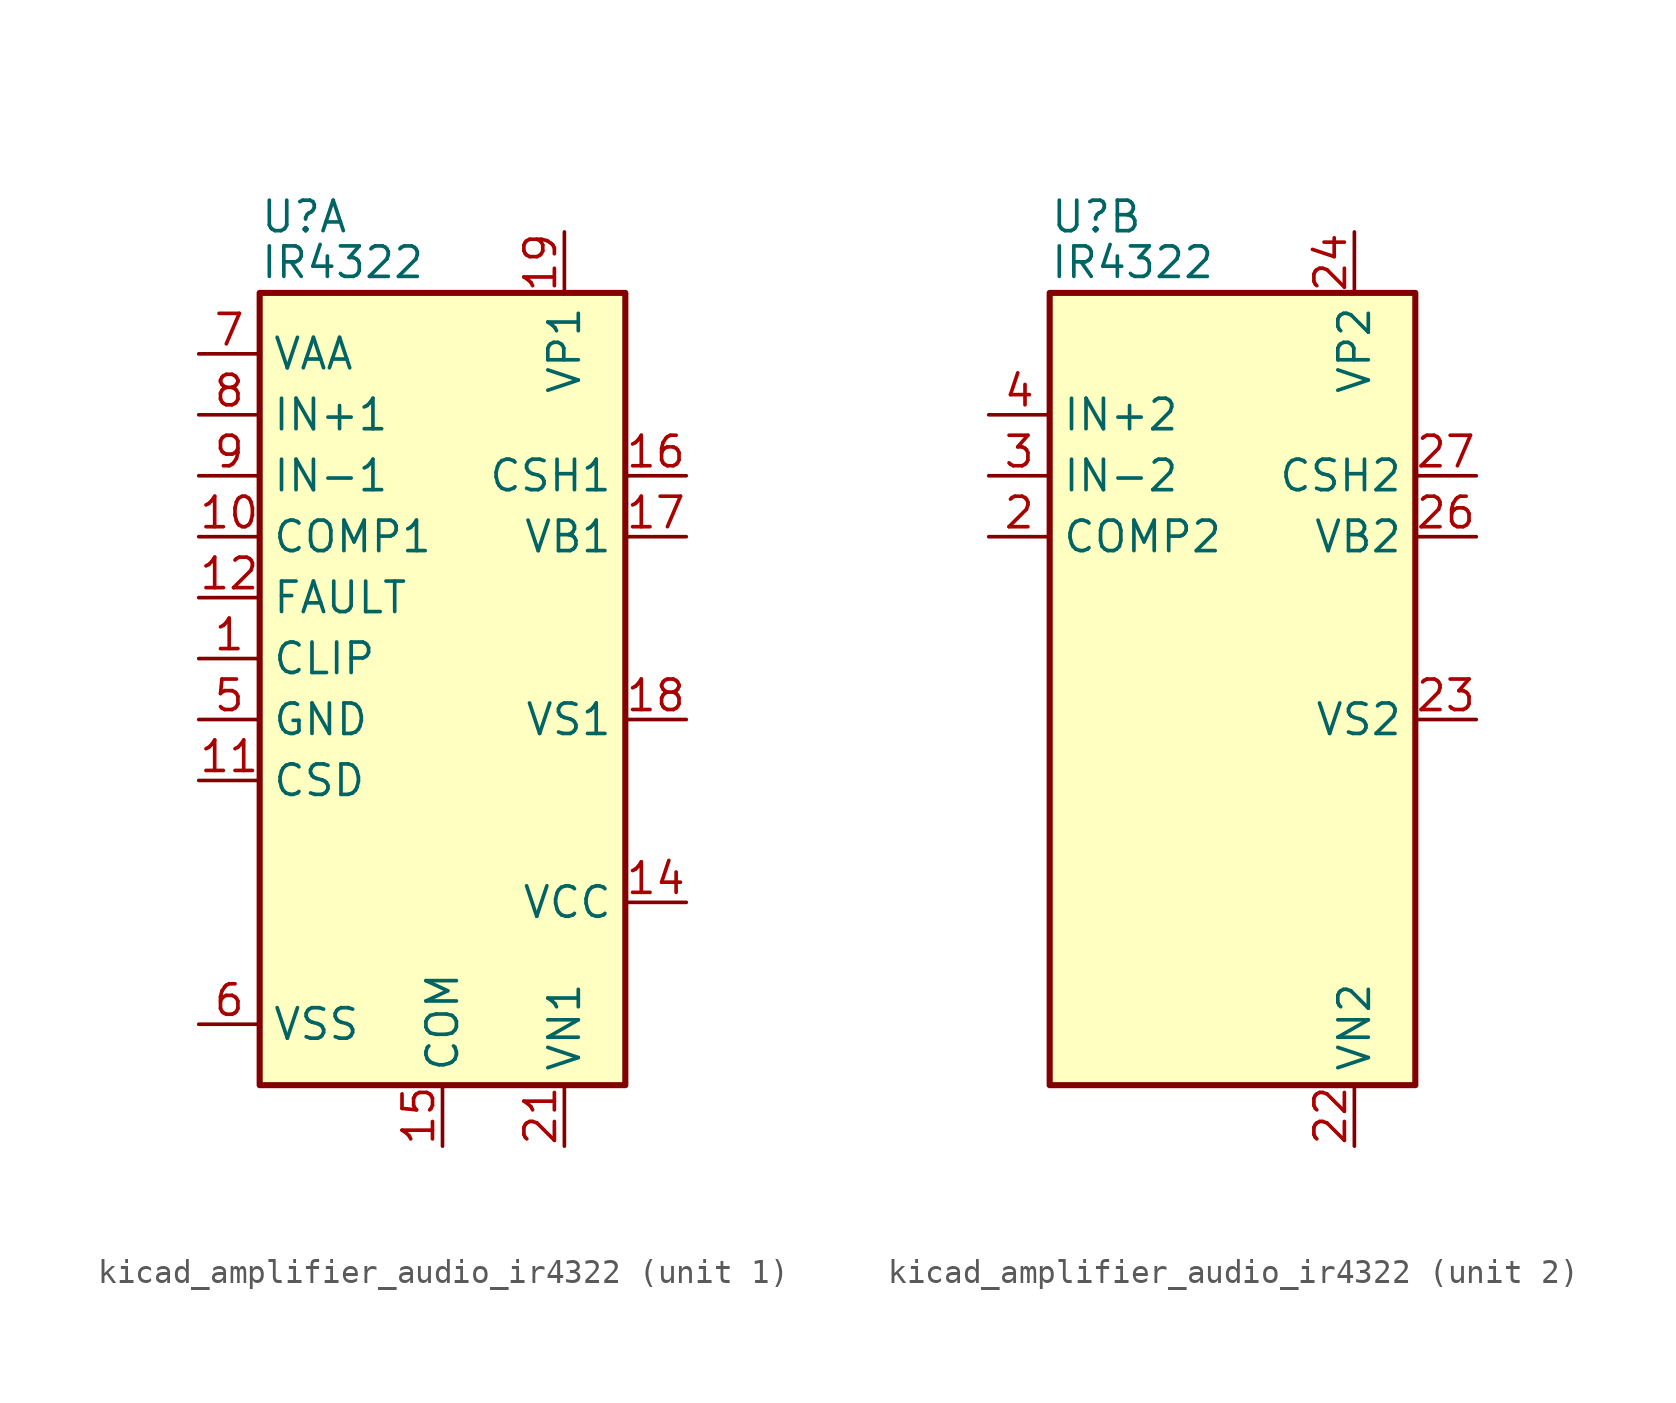
<source format=kicad_sym>
(kicad_symbol_lib
  (version 20220914)
  (generator kicad_symbol_editor)
  (symbol "kicad_amplifier_audio_ir4322"
    (property "Reference" "U"
      (at -7.62 20.955 0)
      (effects (font (size 1.27 1.27)) (justify left)))
    (property "Value" "IR4322"
      (at -7.62 19.05 0)
      (effects (font (size 1.27 1.27)) (justify left)))
    (property "ki_locked" ""
      (at 0 0 0)
      (effects (font (size 1.27 1.27))))
    (symbol "kicad_amplifier_audio_ir4322_0_1"
      (rectangle (start -7.62 -15.24) (end 7.62 17.78) (stroke (width 0.254) (type default)) (fill (type background))))
    (symbol "kicad_amplifier_audio_ir4322_1_1"
      (pin open_collector line (at -10.16 2.54 0) (length 2.54) (name "CLIP" (effects (font (size 1.27 1.27)))) (number "1" (effects (font (size 1.27 1.27)))))
      (pin output line (at -10.16 7.62 0) (length 2.54) (name "COMP1" (effects (font (size 1.27 1.27)))) (number "10" (effects (font (size 1.27 1.27)))))
      (pin passive line (at -10.16 -2.54 0) (length 2.54) (name "CSD" (effects (font (size 1.27 1.27)))) (number "11" (effects (font (size 1.27 1.27)))))
      (pin open_collector line (at -10.16 5.08 0) (length 2.54) (name "FAULT" (effects (font (size 1.27 1.27)))) (number "12" (effects (font (size 1.27 1.27)))))
      (pin no_connect line (at -7.62 -5.08 0) (length 2.54) hide (name "NC" (effects (font (size 1.27 1.27)))) (number "13" (effects (font (size 1.27 1.27)))))
      (pin power_in line (at 10.16 -7.62 180) (length 2.54) (name "VCC" (effects (font (size 1.27 1.27)))) (number "14" (effects (font (size 1.27 1.27)))))
      (pin power_in line (at 0 -17.78 90) (length 2.54) (name "COM" (effects (font (size 1.27 1.27)))) (number "15" (effects (font (size 1.27 1.27)))))
      (pin passive line (at 10.16 10.16 180) (length 2.54) (name "CSH1" (effects (font (size 1.27 1.27)))) (number "16" (effects (font (size 1.27 1.27)))))
      (pin power_in line (at 10.16 7.62 180) (length 2.54) (name "VB1" (effects (font (size 1.27 1.27)))) (number "17" (effects (font (size 1.27 1.27)))))
      (pin output line (at 10.16 0 180) (length 2.54) (name "VS1" (effects (font (size 1.27 1.27)))) (number "18" (effects (font (size 1.27 1.27)))))
      (pin power_in line (at 5.08 20.32 270) (length 2.54) (name "VP1" (effects (font (size 1.27 1.27)))) (number "19" (effects (font (size 1.27 1.27)))))
      (pin passive line (at 10.16 0 180) (length 2.54) hide (name "VS1" (effects (font (size 1.27 1.27)))) (number "20" (effects (font (size 1.27 1.27)))))
      (pin power_in line (at 5.08 -17.78 90) (length 2.54) (name "VN1" (effects (font (size 1.27 1.27)))) (number "21" (effects (font (size 1.27 1.27)))))
      (pin passive line (at 0 -17.78 90) (length 2.54) hide (name "COM" (effects (font (size 1.27 1.27)))) (number "28" (effects (font (size 1.27 1.27)))))
      (pin no_connect line (at -7.62 -7.62 0) (length 2.54) hide (name "NC" (effects (font (size 1.27 1.27)))) (number "29" (effects (font (size 1.27 1.27)))))
      (pin no_connect line (at -7.62 -10.16 0) (length 2.54) hide (name "NC" (effects (font (size 1.27 1.27)))) (number "30" (effects (font (size 1.27 1.27)))))
      (pin passive line (at 0 -17.78 90) (length 2.54) hide (name "COM" (effects (font (size 1.27 1.27)))) (number "31" (effects (font (size 1.27 1.27)))))
      (pin power_in line (at -10.16 0 0) (length 2.54) (name "GND" (effects (font (size 1.27 1.27)))) (number "5" (effects (font (size 1.27 1.27)))))
      (pin power_in line (at -10.16 -12.7 0) (length 2.54) (name "VSS" (effects (font (size 1.27 1.27)))) (number "6" (effects (font (size 1.27 1.27)))))
      (pin power_in line (at -10.16 15.24 0) (length 2.54) (name "VAA" (effects (font (size 1.27 1.27)))) (number "7" (effects (font (size 1.27 1.27)))))
      (pin input line (at -10.16 12.7 0) (length 2.54) (name "IN+1" (effects (font (size 1.27 1.27)))) (number "8" (effects (font (size 1.27 1.27)))))
      (pin input line (at -10.16 10.16 0) (length 2.54) (name "IN-1" (effects (font (size 1.27 1.27)))) (number "9" (effects (font (size 1.27 1.27))))))
    (symbol "kicad_amplifier_audio_ir4322_2_1"
      (pin output line (at -10.16 7.62 0) (length 2.54) (name "COMP2" (effects (font (size 1.27 1.27)))) (number "2" (effects (font (size 1.27 1.27)))))
      (pin power_in line (at 5.08 -17.78 90) (length 2.54) (name "VN2" (effects (font (size 1.27 1.27)))) (number "22" (effects (font (size 1.27 1.27)))))
      (pin output line (at 10.16 0 180) (length 2.54) (name "VS2" (effects (font (size 1.27 1.27)))) (number "23" (effects (font (size 1.27 1.27)))))
      (pin power_in line (at 5.08 20.32 270) (length 2.54) (name "VP2" (effects (font (size 1.27 1.27)))) (number "24" (effects (font (size 1.27 1.27)))))
      (pin passive line (at 10.16 0 180) (length 2.54) hide (name "VS2" (effects (font (size 1.27 1.27)))) (number "25" (effects (font (size 1.27 1.27)))))
      (pin power_in line (at 10.16 7.62 180) (length 2.54) (name "VB2" (effects (font (size 1.27 1.27)))) (number "26" (effects (font (size 1.27 1.27)))))
      (pin passive line (at 10.16 10.16 180) (length 2.54) (name "CSH2" (effects (font (size 1.27 1.27)))) (number "27" (effects (font (size 1.27 1.27)))))
      (pin input line (at -10.16 10.16 0) (length 2.54) (name "IN-2" (effects (font (size 1.27 1.27)))) (number "3" (effects (font (size 1.27 1.27)))))
      (pin input line (at -10.16 12.7 0) (length 2.54) (name "IN+2" (effects (font (size 1.27 1.27)))) (number "4" (effects (font (size 1.27 1.27))))))))
</source>
